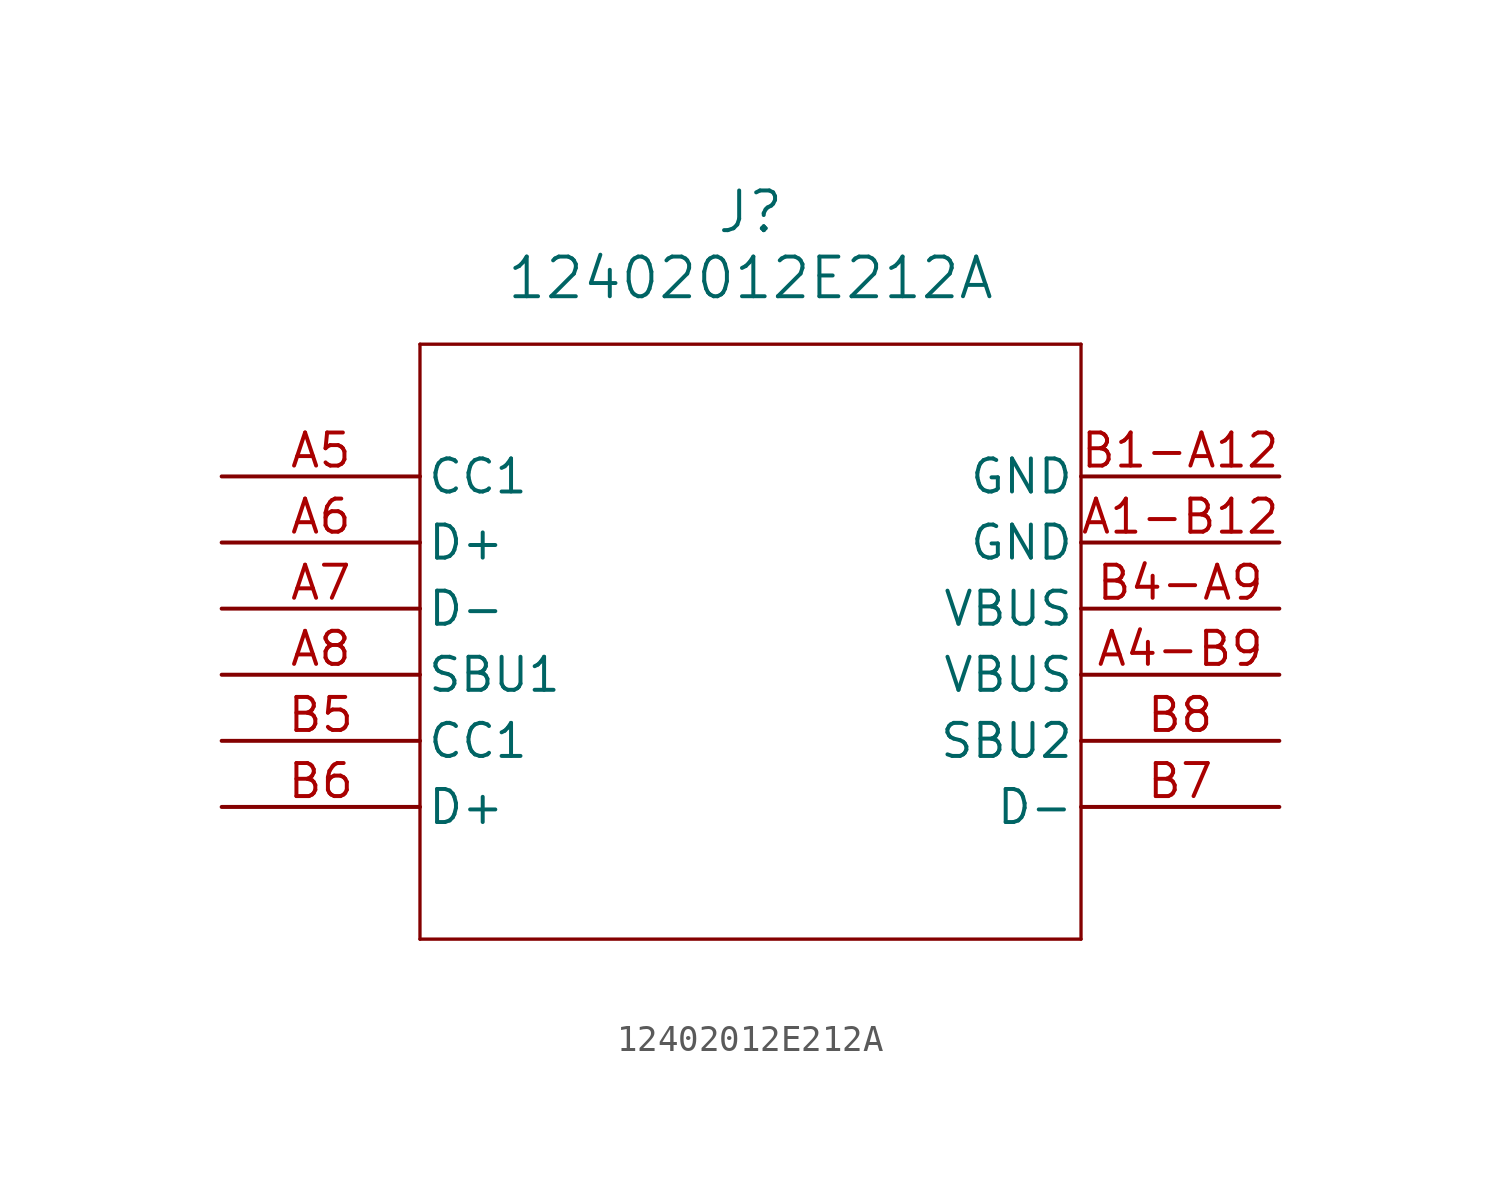
<source format=kicad_sym>
(kicad_symbol_lib
  (version 20241209)
  (generator "kicad_symbol_editor")
  (generator_version "9.0")
  (symbol "12402012E212A"
    (pin_names
      (offset 0.254))
    (property "Reference" "J"
      (at 20.32 10.16 0)
      (effects (font (size 1.524 1.524))))
    (property "Value" "12402012E212A"
      (at 20.32 7.62 0)
      (effects (font (size 1.524 1.524))))
    (property "ki_locked" ""
      (at 0 0 0)
      (effects (font (size 1.27 1.27))))
    (symbol "12402012E212A_0_1"
      (polyline (pts (xy 7.62 5.08) (xy 7.62 -17.78)) (stroke (width 0.127) (type default)) (fill (type none)))
      (polyline (pts (xy 7.62 -17.78) (xy 33.02 -17.78)) (stroke (width 0.127) (type default)) (fill (type none)))
      (polyline (pts (xy 33.02 5.08) (xy 7.62 5.08)) (stroke (width 0.127) (type default)) (fill (type none)))
      (polyline (pts (xy 33.02 -17.78) (xy 33.02 5.08)) (stroke (width 0.127) (type default)) (fill (type none)))
      (pin bidirectional line (at 0 0 0) (length 7.62) (name "CC1" (effects (font (size 1.27 1.27)))) (number "A5" (effects (font (size 1.27 1.27)))))
      (pin bidirectional line (at 0 -2.54 0) (length 7.62) (name "D+" (effects (font (size 1.27 1.27)))) (number "A6" (effects (font (size 1.27 1.27)))))
      (pin bidirectional line (at 0 -5.08 0) (length 7.62) (name "D-" (effects (font (size 1.27 1.27)))) (number "A7" (effects (font (size 1.27 1.27)))))
      (pin bidirectional line (at 0 -7.62 0) (length 7.62) (name "SBU1" (effects (font (size 1.27 1.27)))) (number "A8" (effects (font (size 1.27 1.27)))))
      (pin bidirectional line (at 0 -10.16 0) (length 7.62) (name "CC1" (effects (font (size 1.27 1.27)))) (number "B5" (effects (font (size 1.27 1.27)))))
      (pin bidirectional line (at 0 -12.7 0) (length 7.62) (name "D+" (effects (font (size 1.27 1.27)))) (number "B6" (effects (font (size 1.27 1.27)))))
      (pin power_in line (at 40.64 -5.08 180) (length 7.62) (name "VBUS" (effects (font (size 1.27 1.27)))) (number "B4-A9" (effects (font (size 1.27 1.27)))))
      (pin power_in line (at 40.64 -7.62 180) (length 7.62) (name "VBUS" (effects (font (size 1.27 1.27)))) (number "A4-B9" (effects (font (size 1.27 1.27)))))
      (pin bidirectional line (at 40.64 -10.16 180) (length 7.62) (name "SBU2" (effects (font (size 1.27 1.27)))) (number "B8" (effects (font (size 1.27 1.27)))))
      (pin bidirectional line (at 40.64 -12.7 180) (length 7.62) (name "D-" (effects (font (size 1.27 1.27)))) (number "B7" (effects (font (size 1.27 1.27))))))
    (symbol "12402012E212A_1_1"
      (pin power_in line (at 40.64 0 180) (length 7.62) (name "GND" (effects (font (size 1.27 1.27)))) (number "B1-A12" (effects (font (size 1.27 1.27)))))
      (pin power_in line (at 40.64 -2.54 180) (length 7.62) (name "GND" (effects (font (size 1.27 1.27)))) (number "A1-B12" (effects (font (size 1.27 1.27))))))))
</source>
